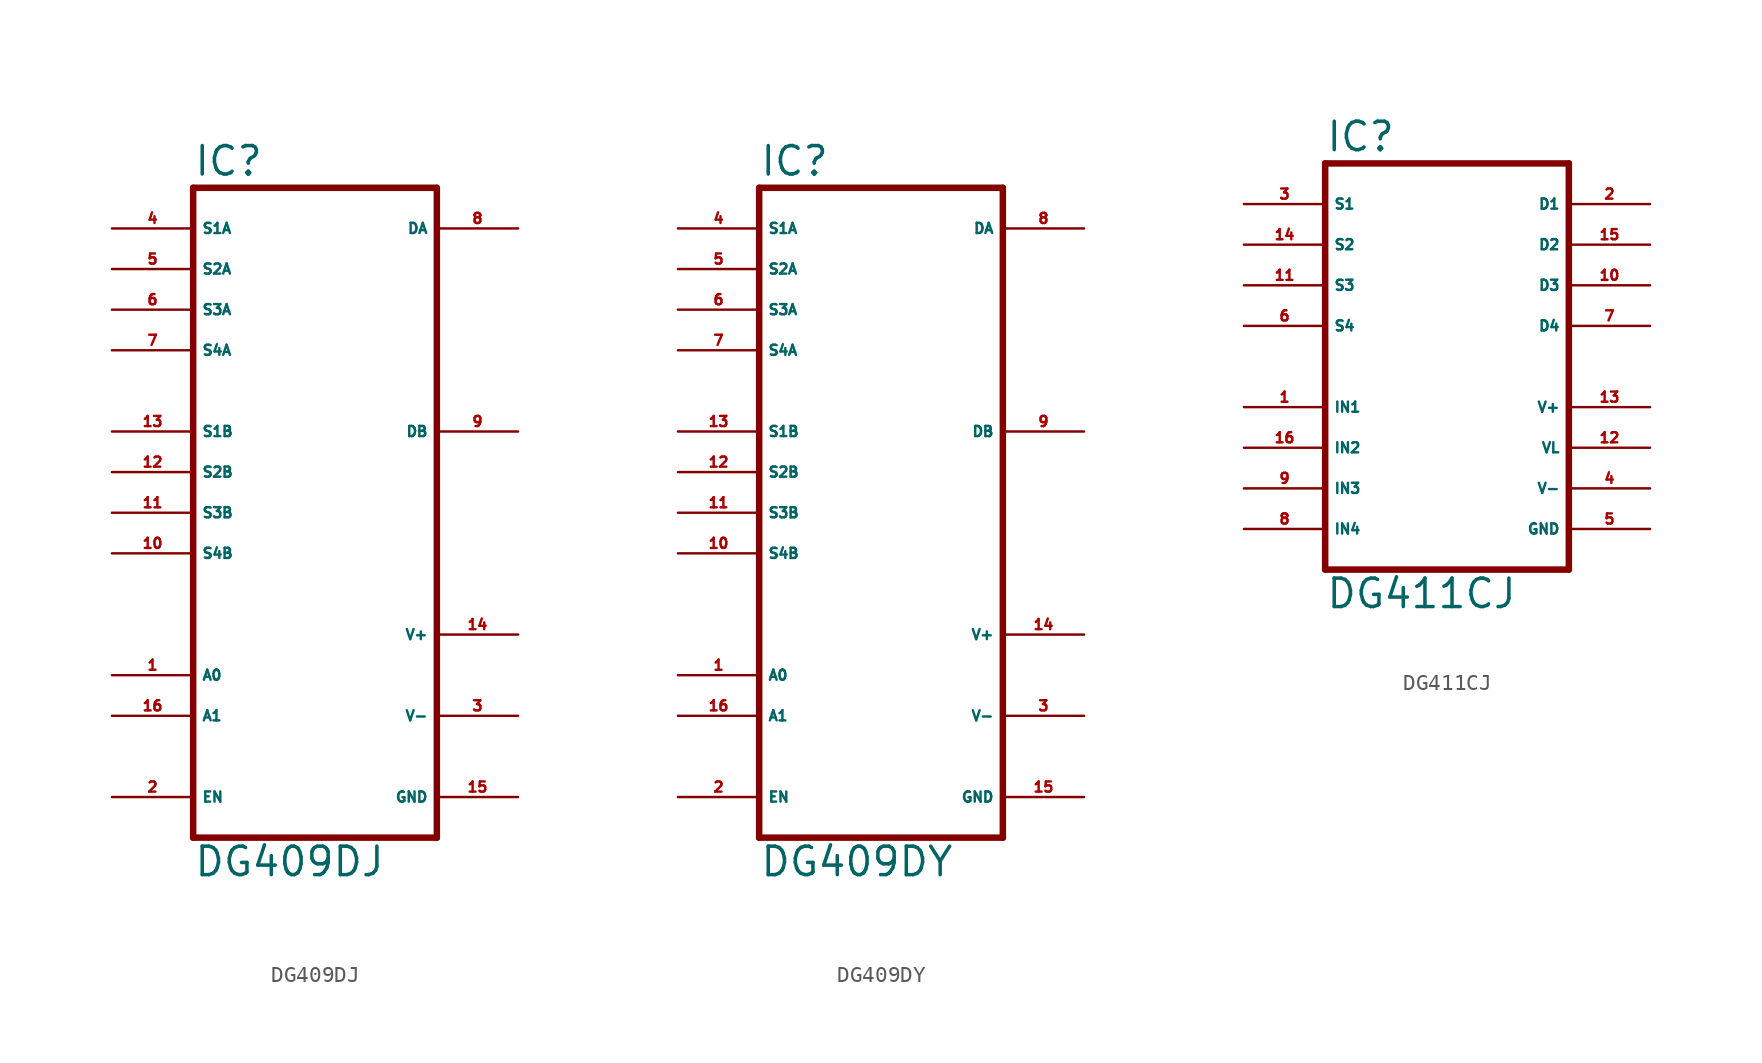
<source format=kicad_sym>
(kicad_symbol_lib
  (version 20220914)
  (generator Eagle2Kicad)
  (symbol "DG409DJ"
    (property "Reference" "IC"
      (at -7.62 20.955 0)
      (effects (font (size 1.778 1.778) (thickness 0.22)) (justify left bottom)))
    (property "Value" "DG409DJ"
      (at -7.62 -22.86 0)
      (effects (font (size 1.778 1.778) (thickness 0.22)) (justify left bottom)))
    (polyline
      (pts (xy 7.62 -20.32) (xy -7.62 -20.32))
      (stroke (width 0.406) (type default))
      (fill (type none)))
    (polyline
      (pts (xy -7.62 20.32) (xy -7.62 -20.32))
      (stroke (width 0.406) (type default))
      (fill (type none)))
    (polyline
      (pts (xy -7.62 20.32) (xy 7.62 20.32))
      (stroke (width 0.406) (type default))
      (fill (type none)))
    (polyline
      (pts (xy 7.62 -20.32) (xy 7.62 20.32))
      (stroke (width 0.406) (type default))
      (fill (type none)))
    (pin passive line
      (at -12.7 5.08 0)
      (length 5.08)
      (name "S1B" (effects (font (size 0.635 0.635) (thickness 0.08)) (justify left bottom)))
      (number "13" (effects (font (size 0.635 0.635) (thickness 0.08)) (justify left bottom))))
    (pin passive line
      (at -12.7 2.54 0)
      (length 5.08)
      (name "S2B" (effects (font (size 0.635 0.635) (thickness 0.08)) (justify left bottom)))
      (number "12" (effects (font (size 0.635 0.635) (thickness 0.08)) (justify left bottom))))
    (pin passive line
      (at -12.7 0 0)
      (length 5.08)
      (name "S3B" (effects (font (size 0.635 0.635) (thickness 0.08)) (justify left bottom)))
      (number "11" (effects (font (size 0.635 0.635) (thickness 0.08)) (justify left bottom))))
    (pin passive line
      (at -12.7 -2.54 0)
      (length 5.08)
      (name "S4B" (effects (font (size 0.635 0.635) (thickness 0.08)) (justify left bottom)))
      (number "10" (effects (font (size 0.635 0.635) (thickness 0.08)) (justify left bottom))))
    (pin passive line
      (at -12.7 17.78 0)
      (length 5.08)
      (name "S1A" (effects (font (size 0.635 0.635) (thickness 0.08)) (justify left bottom)))
      (number "4" (effects (font (size 0.635 0.635) (thickness 0.08)) (justify left bottom))))
    (pin passive line
      (at -12.7 15.24 0)
      (length 5.08)
      (name "S2A" (effects (font (size 0.635 0.635) (thickness 0.08)) (justify left bottom)))
      (number "5" (effects (font (size 0.635 0.635) (thickness 0.08)) (justify left bottom))))
    (pin passive line
      (at -12.7 12.7 0)
      (length 5.08)
      (name "S3A" (effects (font (size 0.635 0.635) (thickness 0.08)) (justify left bottom)))
      (number "6" (effects (font (size 0.635 0.635) (thickness 0.08)) (justify left bottom))))
    (pin passive line
      (at -12.7 10.16 0)
      (length 5.08)
      (name "S4A" (effects (font (size 0.635 0.635) (thickness 0.08)) (justify left bottom)))
      (number "7" (effects (font (size 0.635 0.635) (thickness 0.08)) (justify left bottom))))
    (pin passive line
      (at 12.7 17.78 180)
      (length 5.08)
      (name "DA" (effects (font (size 0.635 0.635) (thickness 0.08)) (justify left bottom)))
      (number "8" (effects (font (size 0.635 0.635) (thickness 0.08)) (justify left bottom))))
    (pin unspecified line
      (at 12.7 -17.78 180)
      (length 5.08)
      (name "GND" (effects (font (size 0.635 0.635) (thickness 0.08)) (justify left bottom)))
      (number "15" (effects (font (size 0.635 0.635) (thickness 0.08)) (justify left bottom))))
    (pin unspecified line
      (at 12.7 -12.7 180)
      (length 5.08)
      (name "V-" (effects (font (size 0.635 0.635) (thickness 0.08)) (justify left bottom)))
      (number "3" (effects (font (size 0.635 0.635) (thickness 0.08)) (justify left bottom))))
    (pin unspecified line
      (at 12.7 -7.62 180)
      (length 5.08)
      (name "V+" (effects (font (size 0.635 0.635) (thickness 0.08)) (justify left bottom)))
      (number "14" (effects (font (size 0.635 0.635) (thickness 0.08)) (justify left bottom))))
    (pin input line
      (at -12.7 -10.16 0)
      (length 5.08)
      (name "A0" (effects (font (size 0.635 0.635) (thickness 0.08)) (justify left bottom)))
      (number "1" (effects (font (size 0.635 0.635) (thickness 0.08)) (justify left bottom))))
    (pin input line
      (at -12.7 -12.7 0)
      (length 5.08)
      (name "A1" (effects (font (size 0.635 0.635) (thickness 0.08)) (justify left bottom)))
      (number "16" (effects (font (size 0.635 0.635) (thickness 0.08)) (justify left bottom))))
    (pin input line
      (at -12.7 -17.78 0)
      (length 5.08)
      (name "EN" (effects (font (size 0.635 0.635) (thickness 0.08)) (justify left bottom)))
      (number "2" (effects (font (size 0.635 0.635) (thickness 0.08)) (justify left bottom))))
    (pin passive line
      (at 12.7 5.08 180)
      (length 5.08)
      (name "DB" (effects (font (size 0.635 0.635) (thickness 0.08)) (justify left bottom)))
      (number "9" (effects (font (size 0.635 0.635) (thickness 0.08)) (justify left bottom)))))
  (symbol "DG409DY"
    (property "Reference" "IC"
      (at -7.62 20.955 0)
      (effects (font (size 1.778 1.778) (thickness 0.22)) (justify left bottom)))
    (property "Value" "DG409DY"
      (at -7.62 -22.86 0)
      (effects (font (size 1.778 1.778) (thickness 0.22)) (justify left bottom)))
    (polyline
      (pts (xy 7.62 -20.32) (xy -7.62 -20.32))
      (stroke (width 0.406) (type default))
      (fill (type none)))
    (polyline
      (pts (xy -7.62 20.32) (xy -7.62 -20.32))
      (stroke (width 0.406) (type default))
      (fill (type none)))
    (polyline
      (pts (xy -7.62 20.32) (xy 7.62 20.32))
      (stroke (width 0.406) (type default))
      (fill (type none)))
    (polyline
      (pts (xy 7.62 -20.32) (xy 7.62 20.32))
      (stroke (width 0.406) (type default))
      (fill (type none)))
    (pin passive line
      (at -12.7 5.08 0)
      (length 5.08)
      (name "S1B" (effects (font (size 0.635 0.635) (thickness 0.08)) (justify left bottom)))
      (number "13" (effects (font (size 0.635 0.635) (thickness 0.08)) (justify left bottom))))
    (pin passive line
      (at -12.7 2.54 0)
      (length 5.08)
      (name "S2B" (effects (font (size 0.635 0.635) (thickness 0.08)) (justify left bottom)))
      (number "12" (effects (font (size 0.635 0.635) (thickness 0.08)) (justify left bottom))))
    (pin passive line
      (at -12.7 0 0)
      (length 5.08)
      (name "S3B" (effects (font (size 0.635 0.635) (thickness 0.08)) (justify left bottom)))
      (number "11" (effects (font (size 0.635 0.635) (thickness 0.08)) (justify left bottom))))
    (pin passive line
      (at -12.7 -2.54 0)
      (length 5.08)
      (name "S4B" (effects (font (size 0.635 0.635) (thickness 0.08)) (justify left bottom)))
      (number "10" (effects (font (size 0.635 0.635) (thickness 0.08)) (justify left bottom))))
    (pin passive line
      (at -12.7 17.78 0)
      (length 5.08)
      (name "S1A" (effects (font (size 0.635 0.635) (thickness 0.08)) (justify left bottom)))
      (number "4" (effects (font (size 0.635 0.635) (thickness 0.08)) (justify left bottom))))
    (pin passive line
      (at -12.7 15.24 0)
      (length 5.08)
      (name "S2A" (effects (font (size 0.635 0.635) (thickness 0.08)) (justify left bottom)))
      (number "5" (effects (font (size 0.635 0.635) (thickness 0.08)) (justify left bottom))))
    (pin passive line
      (at -12.7 12.7 0)
      (length 5.08)
      (name "S3A" (effects (font (size 0.635 0.635) (thickness 0.08)) (justify left bottom)))
      (number "6" (effects (font (size 0.635 0.635) (thickness 0.08)) (justify left bottom))))
    (pin passive line
      (at -12.7 10.16 0)
      (length 5.08)
      (name "S4A" (effects (font (size 0.635 0.635) (thickness 0.08)) (justify left bottom)))
      (number "7" (effects (font (size 0.635 0.635) (thickness 0.08)) (justify left bottom))))
    (pin passive line
      (at 12.7 17.78 180)
      (length 5.08)
      (name "DA" (effects (font (size 0.635 0.635) (thickness 0.08)) (justify left bottom)))
      (number "8" (effects (font (size 0.635 0.635) (thickness 0.08)) (justify left bottom))))
    (pin unspecified line
      (at 12.7 -17.78 180)
      (length 5.08)
      (name "GND" (effects (font (size 0.635 0.635) (thickness 0.08)) (justify left bottom)))
      (number "15" (effects (font (size 0.635 0.635) (thickness 0.08)) (justify left bottom))))
    (pin unspecified line
      (at 12.7 -12.7 180)
      (length 5.08)
      (name "V-" (effects (font (size 0.635 0.635) (thickness 0.08)) (justify left bottom)))
      (number "3" (effects (font (size 0.635 0.635) (thickness 0.08)) (justify left bottom))))
    (pin unspecified line
      (at 12.7 -7.62 180)
      (length 5.08)
      (name "V+" (effects (font (size 0.635 0.635) (thickness 0.08)) (justify left bottom)))
      (number "14" (effects (font (size 0.635 0.635) (thickness 0.08)) (justify left bottom))))
    (pin input line
      (at -12.7 -10.16 0)
      (length 5.08)
      (name "A0" (effects (font (size 0.635 0.635) (thickness 0.08)) (justify left bottom)))
      (number "1" (effects (font (size 0.635 0.635) (thickness 0.08)) (justify left bottom))))
    (pin input line
      (at -12.7 -12.7 0)
      (length 5.08)
      (name "A1" (effects (font (size 0.635 0.635) (thickness 0.08)) (justify left bottom)))
      (number "16" (effects (font (size 0.635 0.635) (thickness 0.08)) (justify left bottom))))
    (pin input line
      (at -12.7 -17.78 0)
      (length 5.08)
      (name "EN" (effects (font (size 0.635 0.635) (thickness 0.08)) (justify left bottom)))
      (number "2" (effects (font (size 0.635 0.635) (thickness 0.08)) (justify left bottom))))
    (pin passive line
      (at 12.7 5.08 180)
      (length 5.08)
      (name "DB" (effects (font (size 0.635 0.635) (thickness 0.08)) (justify left bottom)))
      (number "9" (effects (font (size 0.635 0.635) (thickness 0.08)) (justify left bottom)))))
  (symbol "DG411CJ"
    (property "Reference" "IC"
      (at -7.62 13.335 0)
      (effects (font (size 1.778 1.778) (thickness 0.22)) (justify left bottom)))
    (property "Value" "DG411CJ"
      (at -7.62 -15.24 0)
      (effects (font (size 1.778 1.778) (thickness 0.22)) (justify left bottom)))
    (polyline
      (pts (xy 7.62 -12.7) (xy -7.62 -12.7))
      (stroke (width 0.406) (type default))
      (fill (type none)))
    (polyline
      (pts (xy -7.62 12.7) (xy -7.62 -12.7))
      (stroke (width 0.406) (type default))
      (fill (type none)))
    (polyline
      (pts (xy -7.62 12.7) (xy 7.62 12.7))
      (stroke (width 0.406) (type default))
      (fill (type none)))
    (polyline
      (pts (xy 7.62 -12.7) (xy 7.62 12.7))
      (stroke (width 0.406) (type default))
      (fill (type none)))
    (pin input line
      (at -12.7 -2.54 0)
      (length 5.08)
      (name "IN1" (effects (font (size 0.635 0.635) (thickness 0.08)) (justify left bottom)))
      (number "1" (effects (font (size 0.635 0.635) (thickness 0.08)) (justify left bottom))))
    (pin input line
      (at -12.7 -5.08 0)
      (length 5.08)
      (name "IN2" (effects (font (size 0.635 0.635) (thickness 0.08)) (justify left bottom)))
      (number "16" (effects (font (size 0.635 0.635) (thickness 0.08)) (justify left bottom))))
    (pin passive line
      (at -12.7 10.16 0)
      (length 5.08)
      (name "S1" (effects (font (size 0.635 0.635) (thickness 0.08)) (justify left bottom)))
      (number "3" (effects (font (size 0.635 0.635) (thickness 0.08)) (justify left bottom))))
    (pin passive line
      (at -12.7 7.62 0)
      (length 5.08)
      (name "S2" (effects (font (size 0.635 0.635) (thickness 0.08)) (justify left bottom)))
      (number "14" (effects (font (size 0.635 0.635) (thickness 0.08)) (justify left bottom))))
    (pin passive line
      (at -12.7 5.08 0)
      (length 5.08)
      (name "S3" (effects (font (size 0.635 0.635) (thickness 0.08)) (justify left bottom)))
      (number "11" (effects (font (size 0.635 0.635) (thickness 0.08)) (justify left bottom))))
    (pin passive line
      (at 12.7 10.16 180)
      (length 5.08)
      (name "D1" (effects (font (size 0.635 0.635) (thickness 0.08)) (justify left bottom)))
      (number "2" (effects (font (size 0.635 0.635) (thickness 0.08)) (justify left bottom))))
    (pin passive line
      (at 12.7 7.62 180)
      (length 5.08)
      (name "D2" (effects (font (size 0.635 0.635) (thickness 0.08)) (justify left bottom)))
      (number "15" (effects (font (size 0.635 0.635) (thickness 0.08)) (justify left bottom))))
    (pin passive line
      (at 12.7 5.08 180)
      (length 5.08)
      (name "D3" (effects (font (size 0.635 0.635) (thickness 0.08)) (justify left bottom)))
      (number "10" (effects (font (size 0.635 0.635) (thickness 0.08)) (justify left bottom))))
    (pin unspecified line
      (at 12.7 -10.16 180)
      (length 5.08)
      (name "GND" (effects (font (size 0.635 0.635) (thickness 0.08)) (justify left bottom)))
      (number "5" (effects (font (size 0.635 0.635) (thickness 0.08)) (justify left bottom))))
    (pin unspecified line
      (at 12.7 -7.62 180)
      (length 5.08)
      (name "V-" (effects (font (size 0.635 0.635) (thickness 0.08)) (justify left bottom)))
      (number "4" (effects (font (size 0.635 0.635) (thickness 0.08)) (justify left bottom))))
    (pin unspecified line
      (at 12.7 -2.54 180)
      (length 5.08)
      (name "V+" (effects (font (size 0.635 0.635) (thickness 0.08)) (justify left bottom)))
      (number "13" (effects (font (size 0.635 0.635) (thickness 0.08)) (justify left bottom))))
    (pin unspecified line
      (at 12.7 -5.08 180)
      (length 5.08)
      (name "VL" (effects (font (size 0.635 0.635) (thickness 0.08)) (justify left bottom)))
      (number "12" (effects (font (size 0.635 0.635) (thickness 0.08)) (justify left bottom))))
    (pin passive line
      (at 12.7 2.54 180)
      (length 5.08)
      (name "D4" (effects (font (size 0.635 0.635) (thickness 0.08)) (justify left bottom)))
      (number "7" (effects (font (size 0.635 0.635) (thickness 0.08)) (justify left bottom))))
    (pin passive line
      (at -12.7 2.54 0)
      (length 5.08)
      (name "S4" (effects (font (size 0.635 0.635) (thickness 0.08)) (justify left bottom)))
      (number "6" (effects (font (size 0.635 0.635) (thickness 0.08)) (justify left bottom))))
    (pin input line
      (at -12.7 -7.62 0)
      (length 5.08)
      (name "IN3" (effects (font (size 0.635 0.635) (thickness 0.08)) (justify left bottom)))
      (number "9" (effects (font (size 0.635 0.635) (thickness 0.08)) (justify left bottom))))
    (pin input line
      (at -12.7 -10.16 0)
      (length 5.08)
      (name "IN4" (effects (font (size 0.635 0.635) (thickness 0.08)) (justify left bottom)))
      (number "8" (effects (font (size 0.635 0.635) (thickness 0.08)) (justify left bottom))))))
</source>
